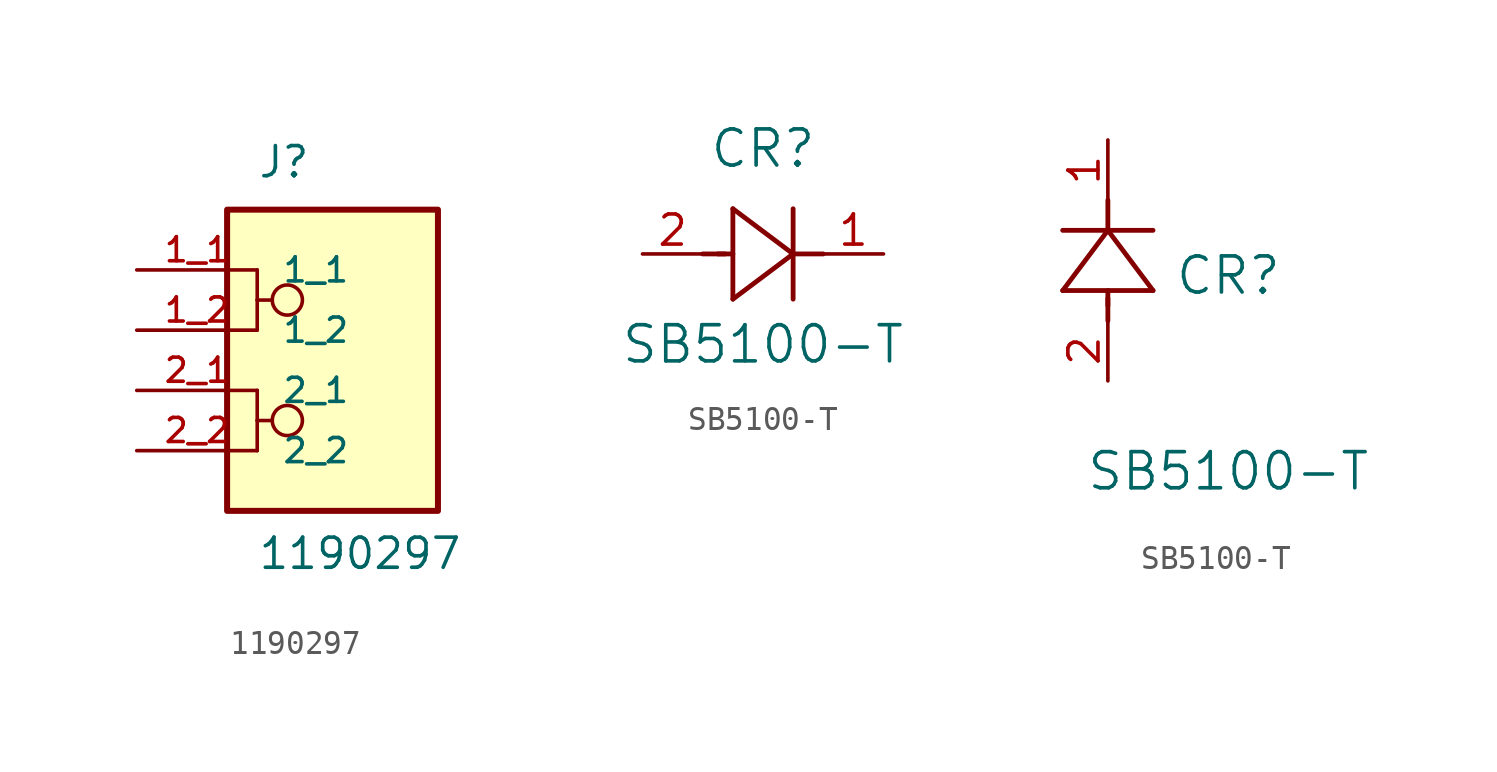
<source format=kicad_sym>
(kicad_symbol_lib
  (version 20231120)
  (generator "kicad_symbol_editor")
  (generator_version "8.0")
  (symbol "1190297"
    (pin_names
      (offset 1.016))
    (property "Reference" "J"
      (at -2.54 8.89 0)
      (effects (font (size 1.27 1.27)) (justify left bottom)))
    (property "Value" "1190297"
      (at -2.54 -7.62 0)
      (effects (font (size 1.27 1.27)) (justify left bottom)))
    (symbol "1190297_0_0"
      (rectangle (start -3.81 -5.08) (end 5.08 7.62) (stroke (width 0.254) (type default)) (fill (type background)))
      (circle (center -1.27 -1.27) (radius 0.635) (stroke (width 0.152) (type default)) (fill (type none)))
      (circle (center -1.27 3.81) (radius 0.635) (stroke (width 0.152) (type default)) (fill (type none)))
      (polyline (pts (xy -2.54 -1.27) (xy -2.54 -2.54)) (stroke (width 0.152) (type default)) (fill (type none)))
      (polyline (pts (xy -2.54 -1.27) (xy -1.905 -1.27)) (stroke (width 0.152) (type default)) (fill (type none)))
      (polyline (pts (xy -2.54 0) (xy -2.54 -1.27)) (stroke (width 0.152) (type default)) (fill (type none)))
      (polyline (pts (xy -2.54 3.81) (xy -2.54 2.54)) (stroke (width 0.152) (type default)) (fill (type none)))
      (polyline (pts (xy -2.54 3.81) (xy -1.905 3.81)) (stroke (width 0.152) (type default)) (fill (type none)))
      (polyline (pts (xy -2.54 5.08) (xy -2.54 3.81)) (stroke (width 0.152) (type default)) (fill (type none)))
      (pin passive line (at -7.62 5.08 0) (length 5.08) (name "1_1" (effects (font (size 1.016 1.016)))) (number "1_1" (effects (font (size 1.016 1.016)))))
      (pin passive line (at -7.62 2.54 0) (length 5.08) (name "1_2" (effects (font (size 1.016 1.016)))) (number "1_2" (effects (font (size 1.016 1.016)))))
      (pin passive line (at -7.62 0 0) (length 5.08) (name "2_1" (effects (font (size 1.016 1.016)))) (number "2_1" (effects (font (size 1.016 1.016)))))
      (pin passive line (at -7.62 -2.54 0) (length 5.08) (name "2_2" (effects (font (size 1.016 1.016)))) (number "2_2" (effects (font (size 1.016 1.016)))))))
  (symbol "SB5100-T"
    (pin_names
      (offset 0.254))
    (property "Reference" "CR"
      (at 5.08 4.445 0)
      (effects (font (size 1.524 1.524))))
    (property "Value" "SB5100-T"
      (at 5.08 -3.81 0)
      (effects (font (size 1.524 1.524))))
    (property "ki_locked" ""
      (at 0 0 0)
      (effects (font (size 1.27 1.27))))
    (symbol "SB5100-T_1_1"
      (polyline (pts (xy 2.54 0) (xy 3.48 0)) (stroke (width 0.203) (type default)) (fill (type none)))
      (polyline (pts (xy 3.175 0) (xy 3.81 0)) (stroke (width 0.203) (type default)) (fill (type none)))
      (polyline (pts (xy 3.81 -1.905) (xy 6.35 0)) (stroke (width 0.203) (type default)) (fill (type none)))
      (polyline (pts (xy 3.81 1.905) (xy 3.81 -1.905)) (stroke (width 0.203) (type default)) (fill (type none)))
      (polyline (pts (xy 6.35 -1.905) (xy 6.35 1.905)) (stroke (width 0.203) (type default)) (fill (type none)))
      (polyline (pts (xy 6.35 0) (xy 3.81 1.905)) (stroke (width 0.203) (type default)) (fill (type none)))
      (polyline (pts (xy 6.35 0) (xy 7.62 0)) (stroke (width 0.203) (type default)) (fill (type none)))
      (pin unspecified line (at 10.16 0 180) (length 2.54) (name "" (effects (font (size 1.27 1.27)))) (number "1" (effects (font (size 1.27 1.27)))))
      (pin unspecified line (at 0 0 0) (length 2.54) (name "" (effects (font (size 1.27 1.27)))) (number "2" (effects (font (size 1.27 1.27))))))
    (symbol "SB5100-T_1_2"
      (polyline (pts (xy -1.905 3.81) (xy 1.905 3.81)) (stroke (width 0.203) (type default)) (fill (type none)))
      (polyline (pts (xy 0 2.54) (xy 0 3.48)) (stroke (width 0.203) (type default)) (fill (type none)))
      (polyline (pts (xy 0 3.175) (xy 0 3.81)) (stroke (width 0.203) (type default)) (fill (type none)))
      (polyline (pts (xy 0 6.35) (xy -1.905 3.81)) (stroke (width 0.203) (type default)) (fill (type none)))
      (polyline (pts (xy 0 6.35) (xy 0 7.62)) (stroke (width 0.203) (type default)) (fill (type none)))
      (polyline (pts (xy 1.905 3.81) (xy 0 6.35)) (stroke (width 0.203) (type default)) (fill (type none)))
      (polyline (pts (xy 1.905 6.35) (xy -1.905 6.35)) (stroke (width 0.203) (type default)) (fill (type none)))
      (pin unspecified line (at 0 10.16 270) (length 2.54) (name "" (effects (font (size 1.27 1.27)))) (number "1" (effects (font (size 1.27 1.27)))))
      (pin unspecified line (at 0 0 90) (length 2.54) (name "" (effects (font (size 1.27 1.27)))) (number "2" (effects (font (size 1.27 1.27))))))))
</source>
